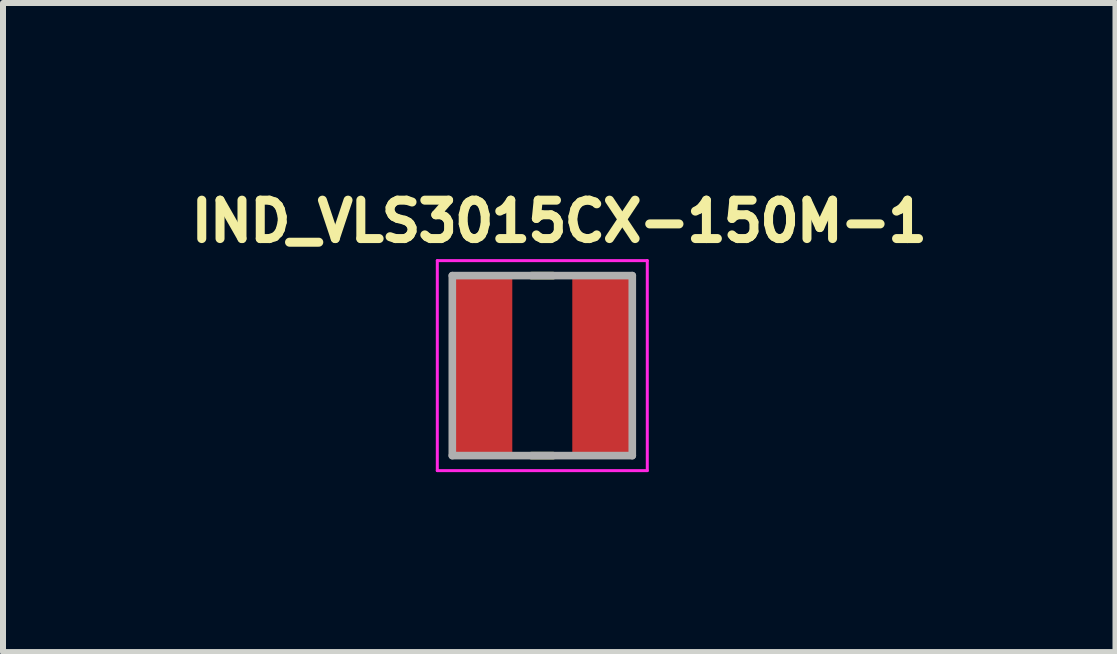
<source format=kicad_pcb>
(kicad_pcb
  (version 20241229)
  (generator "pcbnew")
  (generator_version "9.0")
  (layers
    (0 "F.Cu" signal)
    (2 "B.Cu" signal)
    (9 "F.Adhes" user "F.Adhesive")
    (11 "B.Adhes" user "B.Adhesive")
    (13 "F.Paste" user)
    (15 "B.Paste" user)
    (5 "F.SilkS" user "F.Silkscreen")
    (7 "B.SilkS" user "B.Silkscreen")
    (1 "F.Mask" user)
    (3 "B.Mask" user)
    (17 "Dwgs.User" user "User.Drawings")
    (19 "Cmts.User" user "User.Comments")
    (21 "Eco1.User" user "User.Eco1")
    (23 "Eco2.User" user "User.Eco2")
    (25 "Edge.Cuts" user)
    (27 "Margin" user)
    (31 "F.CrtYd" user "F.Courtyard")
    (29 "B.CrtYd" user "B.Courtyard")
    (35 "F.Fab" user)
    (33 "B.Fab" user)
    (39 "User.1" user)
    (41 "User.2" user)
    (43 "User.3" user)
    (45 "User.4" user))
  (footprint "IND_VLS3015CX-150M-1"
    (layer "F.Cu")
    (at 5.989 3.044)
    (property "Reference" "IND_VLS3015CX-150M-1" (at 0.282 -2.406 0) (layer "F.SilkS") (effects (font (size 0.64 0.64) (thickness 0.15))))
    (attr smd)
    (fp_line (start -0.18 -1.5) (end 0.18 -1.5) (stroke (width 0.127) (type solid)) (layer "F.SilkS"))
    (fp_line (start -0.18 1.5) (end 0.18 1.5) (stroke (width 0.127) (type solid)) (layer "F.SilkS"))
    (fp_line (start -1.75 -1.75) (end -1.75 1.75) (stroke (width 0.05) (type solid)) (layer "F.CrtYd"))
    (fp_line (start -1.75 1.75) (end 1.75 1.75) (stroke (width 0.05) (type solid)) (layer "F.CrtYd"))
    (fp_line (start 1.75 -1.75) (end -1.75 -1.75) (stroke (width 0.05) (type solid)) (layer "F.CrtYd"))
    (fp_line (start 1.75 1.75) (end 1.75 -1.75) (stroke (width 0.05) (type solid)) (layer "F.CrtYd"))
    (fp_line (start -1.5 -1.5) (end -1.5 1.5) (stroke (width 0.127) (type solid)) (layer "F.Fab"))
    (fp_line (start -1.5 -1.5) (end 1.5 -1.5) (stroke (width 0.127) (type solid)) (layer "F.Fab"))
    (fp_line (start -1.5 1.5) (end 1.5 1.5) (stroke (width 0.127) (type solid)) (layer "F.Fab"))
    (fp_line (start 1.5 -1.5) (end 1.5 1.5) (stroke (width 0.127) (type solid)) (layer "F.Fab"))
    (pad "1" smd rect (at -1 0) (size 1 3) (layers "F.Cu" "F.Mask" "F.Paste"))
    (pad "2" smd rect (at 1 0) (size 1 3) (layers "F.Cu" "F.Mask" "F.Paste")))
  (gr_rect
    (start -3 -3)
    (end 15.543 7.819)
    (stroke (width 0.1) (type default))
    (fill no)
    (layer "Edge.Cuts")))
</source>
